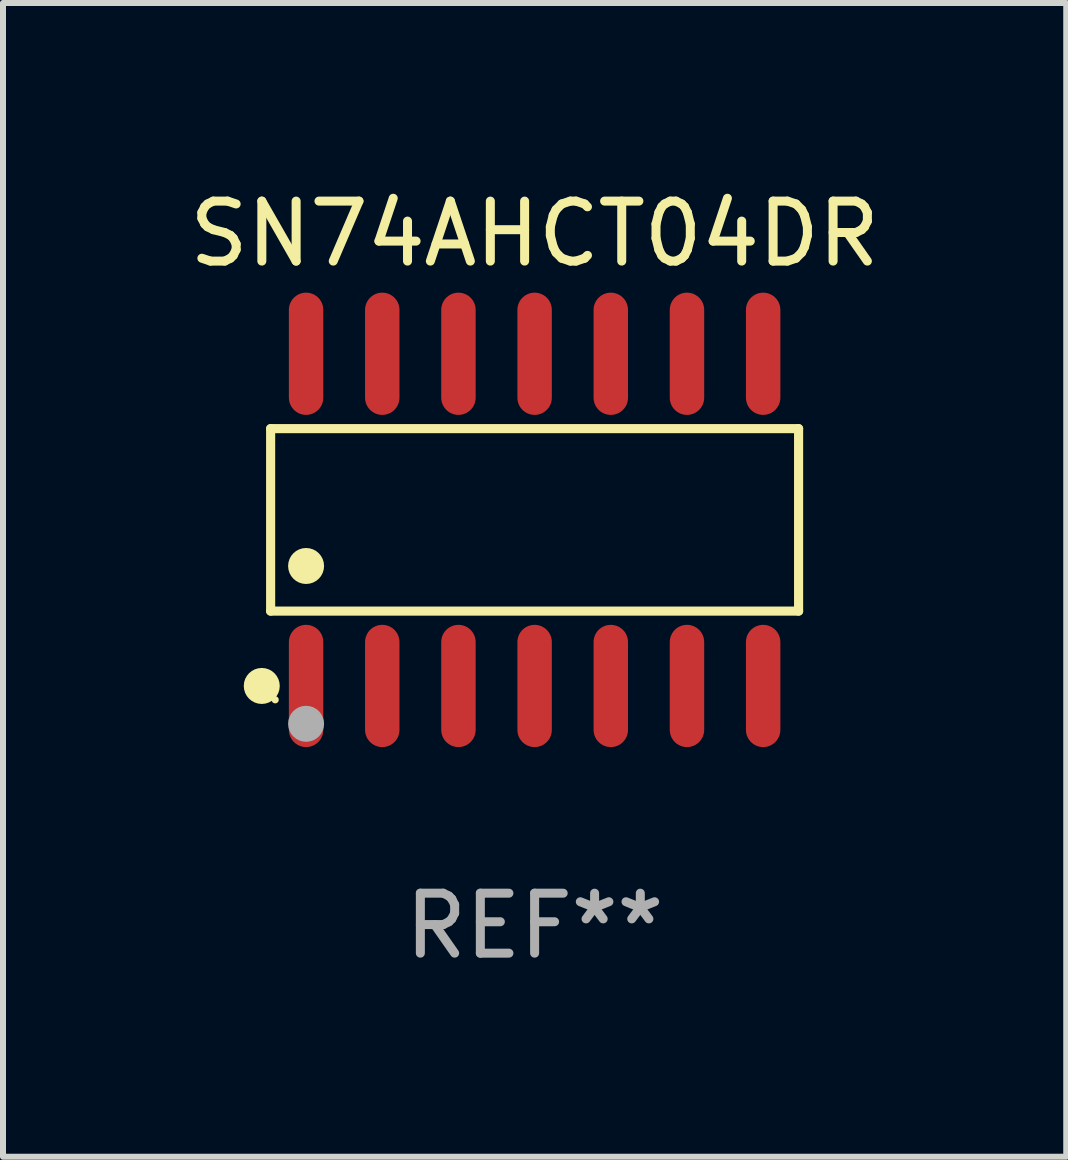
<source format=kicad_pcb>
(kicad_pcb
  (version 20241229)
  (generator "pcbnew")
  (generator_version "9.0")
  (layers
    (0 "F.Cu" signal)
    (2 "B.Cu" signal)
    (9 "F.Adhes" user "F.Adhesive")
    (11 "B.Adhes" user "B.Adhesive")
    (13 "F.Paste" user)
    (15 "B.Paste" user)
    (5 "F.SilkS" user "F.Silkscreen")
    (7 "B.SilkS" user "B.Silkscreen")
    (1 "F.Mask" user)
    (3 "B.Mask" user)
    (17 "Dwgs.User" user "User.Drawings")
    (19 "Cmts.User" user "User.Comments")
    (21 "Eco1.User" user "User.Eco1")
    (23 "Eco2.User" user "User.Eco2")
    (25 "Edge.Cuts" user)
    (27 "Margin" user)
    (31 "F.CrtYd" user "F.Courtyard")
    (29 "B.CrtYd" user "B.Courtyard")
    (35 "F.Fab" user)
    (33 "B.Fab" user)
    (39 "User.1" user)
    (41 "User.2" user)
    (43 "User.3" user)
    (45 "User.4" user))
  (footprint "SN74AHCT04DR"
    (layer "F.Cu")
    (at 5.863 5.617)
    (property "Reference" "SN74AHCT04DR" (at 0 -4.769 0) (layer "F.SilkS") (effects (font (size 1 1) (thickness 0.15))))
    (attr through_hole)
    (fp_line (start -4.401 -1.521) (end 4.401 -1.521) (stroke (width 0.152) (type solid)) (layer "F.SilkS"))
    (fp_line (start -4.401 1.521) (end -4.401 -1.521) (stroke (width 0.152) (type solid)) (layer "F.SilkS"))
    (fp_line (start 4.401 -1.521) (end 4.401 1.521) (stroke (width 0.152) (type solid)) (layer "F.SilkS"))
    (fp_line (start 4.401 1.521) (end -4.401 1.521) (stroke (width 0.152) (type solid)) (layer "F.SilkS"))
    (fp_circle (center -4.549 2.769) (end -4.399 2.769) (stroke (width 0.3) (type solid)) (fill no) (layer "F.SilkS"))
    (fp_circle (center -4.325 3) (end -4.295 3) (stroke (width 0.06) (type solid)) (fill no) (layer "F.SilkS"))
    (fp_circle (center -3.81 0.769) (end -3.66 0.769) (stroke (width 0.3) (type solid)) (fill no) (layer "F.SilkS"))
    (fp_circle (center -3.81 3.4) (end -3.66 3.4) (stroke (width 0.3) (type solid)) (fill no) (layer "F.Fab"))
    (fp_text user "REF**" (at 0 6.769 0) (layer "F.Fab") (effects (font (size 1 1) (thickness 0.15))))
    (pad "1" smd oval (at -3.81 2.769) (size 0.574 2.038) (layers "F.Cu" "F.Mask" "F.Paste"))
    (pad "2" smd oval (at -2.54 2.769) (size 0.574 2.038) (layers "F.Cu" "F.Mask" "F.Paste"))
    (pad "3" smd oval (at -1.27 2.769) (size 0.574 2.038) (layers "F.Cu" "F.Mask" "F.Paste"))
    (pad "4" smd oval (at 0 2.769) (size 0.574 2.038) (layers "F.Cu" "F.Mask" "F.Paste"))
    (pad "5" smd oval (at 1.27 2.769) (size 0.574 2.038) (layers "F.Cu" "F.Mask" "F.Paste"))
    (pad "6" smd oval (at 2.54 2.769) (size 0.574 2.038) (layers "F.Cu" "F.Mask" "F.Paste"))
    (pad "7" smd oval (at 3.81 2.769) (size 0.574 2.038) (layers "F.Cu" "F.Mask" "F.Paste"))
    (pad "8" smd oval (at 3.81 -2.769) (size 0.574 2.038) (layers "F.Cu" "F.Mask" "F.Paste"))
    (pad "9" smd oval (at 2.54 -2.769) (size 0.574 2.038) (layers "F.Cu" "F.Mask" "F.Paste"))
    (pad "10" smd oval (at 1.27 -2.769) (size 0.574 2.038) (layers "F.Cu" "F.Mask" "F.Paste"))
    (pad "11" smd oval (at 0 -2.769) (size 0.574 2.038) (layers "F.Cu" "F.Mask" "F.Paste"))
    (pad "12" smd oval (at -1.27 -2.769) (size 0.574 2.038) (layers "F.Cu" "F.Mask" "F.Paste"))
    (pad "13" smd oval (at -2.54 -2.769) (size 0.574 2.038) (layers "F.Cu" "F.Mask" "F.Paste"))
    (pad "14" smd oval (at -3.81 -2.769) (size 0.574 2.038) (layers "F.Cu" "F.Mask" "F.Paste")))
  (gr_rect
    (start -3 -3)
    (end 14.726 16.235)
    (stroke (width 0.1) (type default))
    (fill no)
    (layer "Edge.Cuts")))
</source>
